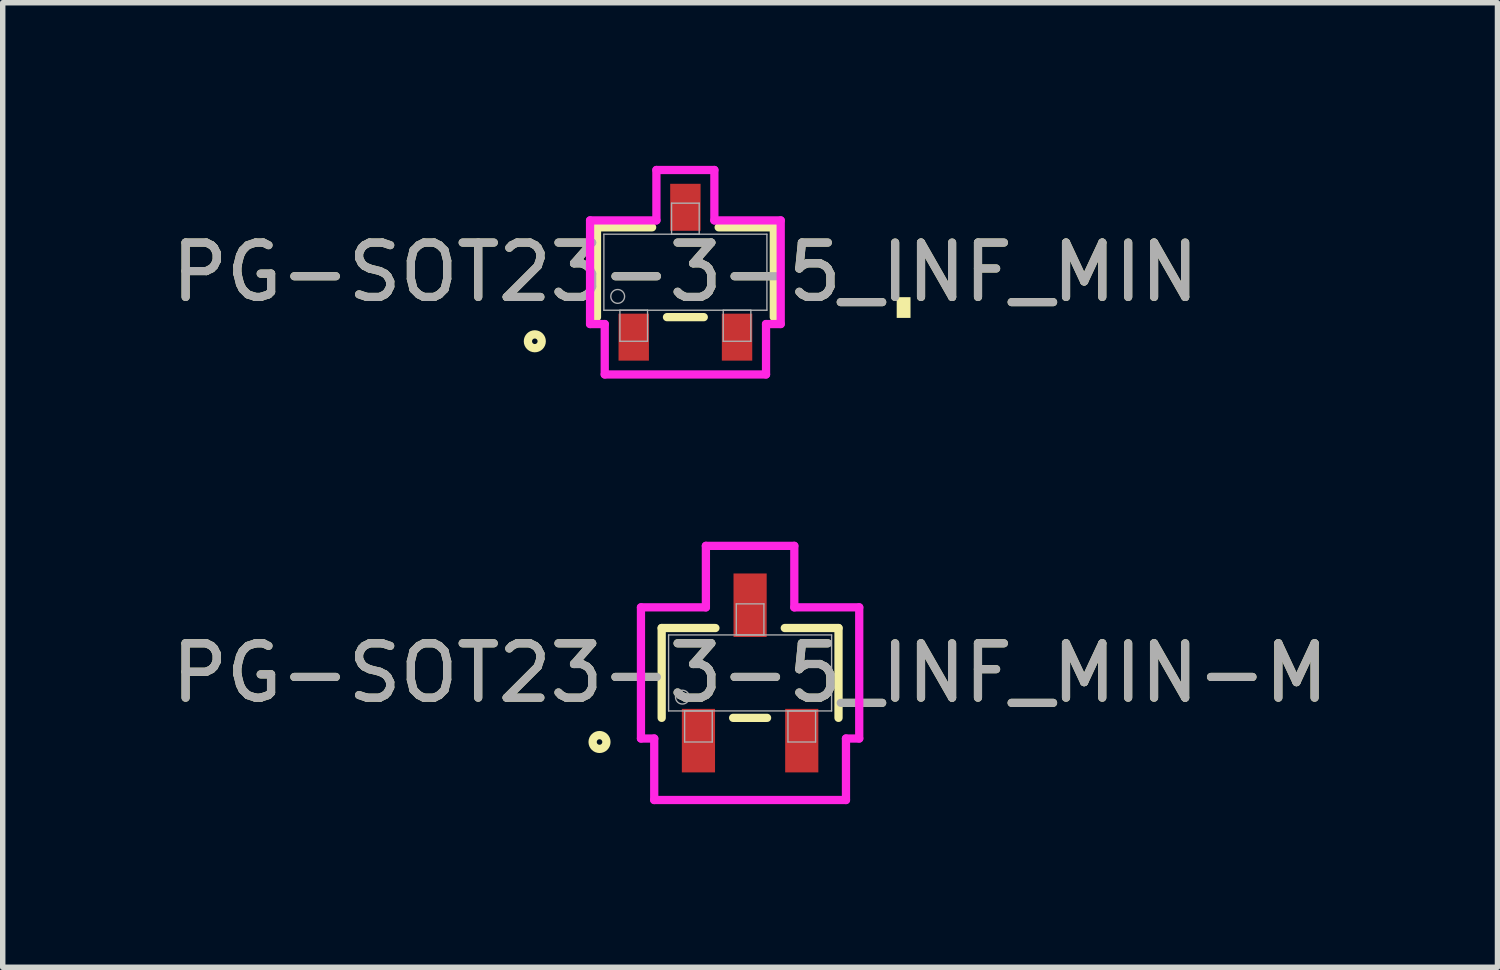
<source format=kicad_pcb>
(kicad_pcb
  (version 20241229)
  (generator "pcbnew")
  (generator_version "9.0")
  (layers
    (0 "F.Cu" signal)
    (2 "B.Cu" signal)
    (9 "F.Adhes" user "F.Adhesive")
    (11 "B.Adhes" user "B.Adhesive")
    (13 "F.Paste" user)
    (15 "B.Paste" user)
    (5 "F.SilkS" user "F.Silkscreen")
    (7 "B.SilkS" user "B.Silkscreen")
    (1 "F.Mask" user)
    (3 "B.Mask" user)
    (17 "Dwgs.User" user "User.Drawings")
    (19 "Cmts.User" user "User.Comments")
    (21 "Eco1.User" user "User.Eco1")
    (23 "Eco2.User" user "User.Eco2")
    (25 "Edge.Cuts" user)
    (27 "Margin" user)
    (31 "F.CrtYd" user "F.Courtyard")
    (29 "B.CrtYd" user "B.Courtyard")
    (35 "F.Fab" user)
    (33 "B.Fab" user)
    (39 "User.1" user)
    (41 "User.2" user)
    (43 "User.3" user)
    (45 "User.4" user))
  (footprint "PG-SOT23-3-5_INF_MIN-M"
    (layer "F.Cu")
    (at 10.744 9.325)
    (property "Reference" "PG-SOT23-3-5_INF_MIN-M" (at 0 0 0) (unlocked yes) (layer "F.SilkS") (effects (font (size 1 1) (thickness 0.15))))
    (attr smd)
    (fp_line (start -1.626 -0.826) (end -1.626 0.826) (stroke (width 0.152) (type solid)) (layer "F.SilkS"))
    (fp_line (start -0.638 -0.826) (end -1.626 -0.826) (stroke (width 0.152) (type solid)) (layer "F.SilkS"))
    (fp_line (start -0.312 0.826) (end 0.312 0.826) (stroke (width 0.152) (type solid)) (layer "F.SilkS"))
    (fp_line (start 1.626 -0.826) (end 0.638 -0.826) (stroke (width 0.152) (type solid)) (layer "F.SilkS"))
    (fp_line (start 1.626 0.826) (end 1.626 -0.826) (stroke (width 0.152) (type solid)) (layer "F.SilkS"))
    (fp_circle (center -2.769 1.27) (end -2.642 1.27) (stroke (width 0.152) (type solid)) (fill no) (layer "F.SilkS"))
    (fp_line (start -2.007 -1.206) (end -0.813 -1.206) (stroke (width 0.152) (type solid)) (layer "F.CrtYd"))
    (fp_line (start -2.007 1.206) (end -2.007 -1.206) (stroke (width 0.152) (type solid)) (layer "F.CrtYd"))
    (fp_line (start -2.007 1.206) (end -1.763 1.206) (stroke (width 0.152) (type solid)) (layer "F.CrtYd"))
    (fp_line (start -1.763 1.206) (end -1.763 2.337) (stroke (width 0.152) (type solid)) (layer "F.CrtYd"))
    (fp_line (start -1.763 2.337) (end 1.763 2.337) (stroke (width 0.152) (type solid)) (layer "F.CrtYd"))
    (fp_line (start -0.813 -2.337) (end 0.813 -2.337) (stroke (width 0.152) (type solid)) (layer "F.CrtYd"))
    (fp_line (start -0.813 -1.206) (end -0.813 -2.337) (stroke (width 0.152) (type solid)) (layer "F.CrtYd"))
    (fp_line (start 0.813 -1.206) (end 0.813 -2.337) (stroke (width 0.152) (type solid)) (layer "F.CrtYd"))
    (fp_line (start 1.763 1.206) (end 1.763 2.337) (stroke (width 0.152) (type solid)) (layer "F.CrtYd"))
    (fp_line (start 2.007 -1.206) (end 0.813 -1.206) (stroke (width 0.152) (type solid)) (layer "F.CrtYd"))
    (fp_line (start 2.007 -1.206) (end 2.007 1.206) (stroke (width 0.152) (type solid)) (layer "F.CrtYd"))
    (fp_line (start 2.007 1.206) (end 1.763 1.206) (stroke (width 0.152) (type solid)) (layer "F.CrtYd"))
    (fp_line (start -1.499 -0.699) (end -1.499 0.699) (stroke (width 0.025) (type solid)) (layer "F.Fab"))
    (fp_line (start -1.499 0.699) (end 1.499 0.699) (stroke (width 0.025) (type solid)) (layer "F.Fab"))
    (fp_line (start -1.204 0.699) (end -1.204 1.27) (stroke (width 0.025) (type solid)) (layer "F.Fab"))
    (fp_line (start -1.204 1.27) (end -0.696 1.27) (stroke (width 0.025) (type solid)) (layer "F.Fab"))
    (fp_line (start -0.696 0.699) (end -1.204 0.699) (stroke (width 0.025) (type solid)) (layer "F.Fab"))
    (fp_line (start -0.696 1.27) (end -0.696 0.699) (stroke (width 0.025) (type solid)) (layer "F.Fab"))
    (fp_line (start -0.254 -1.27) (end -0.254 -0.699) (stroke (width 0.025) (type solid)) (layer "F.Fab"))
    (fp_line (start -0.254 -0.699) (end 0.254 -0.699) (stroke (width 0.025) (type solid)) (layer "F.Fab"))
    (fp_line (start 0.254 -1.27) (end -0.254 -1.27) (stroke (width 0.025) (type solid)) (layer "F.Fab"))
    (fp_line (start 0.254 -0.699) (end 0.254 -1.27) (stroke (width 0.025) (type solid)) (layer "F.Fab"))
    (fp_line (start 0.696 0.699) (end 0.696 1.27) (stroke (width 0.025) (type solid)) (layer "F.Fab"))
    (fp_line (start 0.696 1.27) (end 1.204 1.27) (stroke (width 0.025) (type solid)) (layer "F.Fab"))
    (fp_line (start 1.204 0.699) (end 0.696 0.699) (stroke (width 0.025) (type solid)) (layer "F.Fab"))
    (fp_line (start 1.204 1.27) (end 1.204 0.699) (stroke (width 0.025) (type solid)) (layer "F.Fab"))
    (fp_line (start 1.499 -0.699) (end -1.499 -0.699) (stroke (width 0.025) (type solid)) (layer "F.Fab"))
    (fp_line (start 1.499 0.699) (end 1.499 -0.699) (stroke (width 0.025) (type solid)) (layer "F.Fab"))
    (fp_circle (center -1.245 0.445) (end -1.118 0.445) (stroke (width 0.025) (type solid)) (fill no) (layer "F.Fab"))
    (fp_text user "${REFERENCE}" (at 0 0 0) (unlocked yes) (layer "F.Fab") (effects (font (size 1 1) (thickness 0.15))))
    (pad "1" smd rect (at -0.95 1.245) (size 0.61 1.168) (layers "F.Cu" "F.Mask" "F.Paste"))
    (pad "2" smd rect (at 0.95 1.245) (size 0.61 1.168) (layers "F.Cu" "F.Mask" "F.Paste"))
    (pad "3" smd rect (at 0 -1.245) (size 0.61 1.168) (layers "F.Cu" "F.Mask" "F.Paste")))
  (footprint "PG-SOT23-3-5_INF_MIN"
    (layer "F.Cu")
    (at 9.554 1.956)
    (property "Reference" "PG-SOT23-3-5_INF_MIN" (at 0 0 0) (unlocked yes) (layer "F.SilkS") (effects (font (size 1 1) (thickness 0.15))))
    (attr smd)
    (fp_line (start -1.626 -0.826) (end -1.626 0.826) (stroke (width 0.152) (type solid)) (layer "F.SilkS"))
    (fp_line (start -0.612 -0.826) (end -1.626 -0.826) (stroke (width 0.152) (type solid)) (layer "F.SilkS"))
    (fp_line (start -0.338 0.826) (end 0.338 0.826) (stroke (width 0.152) (type solid)) (layer "F.SilkS"))
    (fp_line (start 1.626 -0.826) (end 0.612 -0.826) (stroke (width 0.152) (type solid)) (layer "F.SilkS"))
    (fp_line (start 1.626 0.826) (end 1.626 -0.826) (stroke (width 0.152) (type solid)) (layer "F.SilkS"))
    (fp_circle (center -2.769 1.27) (end -2.642 1.27) (stroke (width 0.152) (type solid)) (fill no) (layer "F.SilkS"))
    (fp_poly (pts (xy 4.14 0.459) (xy 4.14 0.84) (xy 3.886 0.84) (xy 3.886 0.459)) (stroke (width 0) (type solid)) (fill yes) (layer "F.SilkS"))
    (fp_line (start -1.753 -0.953) (end -0.533 -0.953) (stroke (width 0.152) (type solid)) (layer "F.CrtYd"))
    (fp_line (start -1.753 0.953) (end -1.753 -0.953) (stroke (width 0.152) (type solid)) (layer "F.CrtYd"))
    (fp_line (start -1.753 0.953) (end -1.483 0.953) (stroke (width 0.152) (type solid)) (layer "F.CrtYd"))
    (fp_line (start -1.483 0.953) (end -1.483 1.88) (stroke (width 0.152) (type solid)) (layer "F.CrtYd"))
    (fp_line (start -1.483 1.88) (end 1.483 1.88) (stroke (width 0.152) (type solid)) (layer "F.CrtYd"))
    (fp_line (start -0.533 -1.88) (end 0.533 -1.88) (stroke (width 0.152) (type solid)) (layer "F.CrtYd"))
    (fp_line (start -0.533 -0.953) (end -0.533 -1.88) (stroke (width 0.152) (type solid)) (layer "F.CrtYd"))
    (fp_line (start 0.533 -0.953) (end 0.533 -1.88) (stroke (width 0.152) (type solid)) (layer "F.CrtYd"))
    (fp_line (start 1.483 0.953) (end 1.483 1.88) (stroke (width 0.152) (type solid)) (layer "F.CrtYd"))
    (fp_line (start 1.753 -0.953) (end 0.533 -0.953) (stroke (width 0.152) (type solid)) (layer "F.CrtYd"))
    (fp_line (start 1.753 -0.953) (end 1.753 0.953) (stroke (width 0.152) (type solid)) (layer "F.CrtYd"))
    (fp_line (start 1.753 0.953) (end 1.483 0.953) (stroke (width 0.152) (type solid)) (layer "F.CrtYd"))
    (fp_line (start -1.499 -0.699) (end -1.499 0.699) (stroke (width 0.025) (type solid)) (layer "F.Fab"))
    (fp_line (start -1.499 0.699) (end 1.499 0.699) (stroke (width 0.025) (type solid)) (layer "F.Fab"))
    (fp_line (start -1.204 0.699) (end -1.204 1.27) (stroke (width 0.025) (type solid)) (layer "F.Fab"))
    (fp_line (start -1.204 1.27) (end -0.696 1.27) (stroke (width 0.025) (type solid)) (layer "F.Fab"))
    (fp_line (start -0.696 0.699) (end -1.204 0.699) (stroke (width 0.025) (type solid)) (layer "F.Fab"))
    (fp_line (start -0.696 1.27) (end -0.696 0.699) (stroke (width 0.025) (type solid)) (layer "F.Fab"))
    (fp_line (start -0.254 -1.27) (end -0.254 -0.699) (stroke (width 0.025) (type solid)) (layer "F.Fab"))
    (fp_line (start -0.254 -0.699) (end 0.254 -0.699) (stroke (width 0.025) (type solid)) (layer "F.Fab"))
    (fp_line (start 0.254 -1.27) (end -0.254 -1.27) (stroke (width 0.025) (type solid)) (layer "F.Fab"))
    (fp_line (start 0.254 -0.699) (end 0.254 -1.27) (stroke (width 0.025) (type solid)) (layer "F.Fab"))
    (fp_line (start 0.696 0.699) (end 0.696 1.27) (stroke (width 0.025) (type solid)) (layer "F.Fab"))
    (fp_line (start 0.696 1.27) (end 1.204 1.27) (stroke (width 0.025) (type solid)) (layer "F.Fab"))
    (fp_line (start 1.204 0.699) (end 0.696 0.699) (stroke (width 0.025) (type solid)) (layer "F.Fab"))
    (fp_line (start 1.204 1.27) (end 1.204 0.699) (stroke (width 0.025) (type solid)) (layer "F.Fab"))
    (fp_line (start 1.499 -0.699) (end -1.499 -0.699) (stroke (width 0.025) (type solid)) (layer "F.Fab"))
    (fp_line (start 1.499 0.699) (end 1.499 -0.699) (stroke (width 0.025) (type solid)) (layer "F.Fab"))
    (fp_circle (center -1.245 0.445) (end -1.118 0.445) (stroke (width 0.025) (type solid)) (fill no) (layer "F.Fab"))
    (fp_text user "${REFERENCE}" (at 0 0 0) (unlocked yes) (layer "F.Fab") (effects (font (size 1 1) (thickness 0.15))))
    (pad "1" smd rect (at -0.95 1.194) (size 0.559 0.864) (layers "F.Cu" "F.Mask" "F.Paste"))
    (pad "2" smd rect (at 0.95 1.194) (size 0.559 0.864) (layers "F.Cu" "F.Mask" "F.Paste"))
    (pad "3" smd rect (at 0 -1.194) (size 0.559 0.864) (layers "F.Cu" "F.Mask" "F.Paste")))
  (gr_rect
    (start -3 -3)
    (end 24.488 14.738)
    (stroke (width 0.1) (type default))
    (fill no)
    (layer "Edge.Cuts")))
</source>
